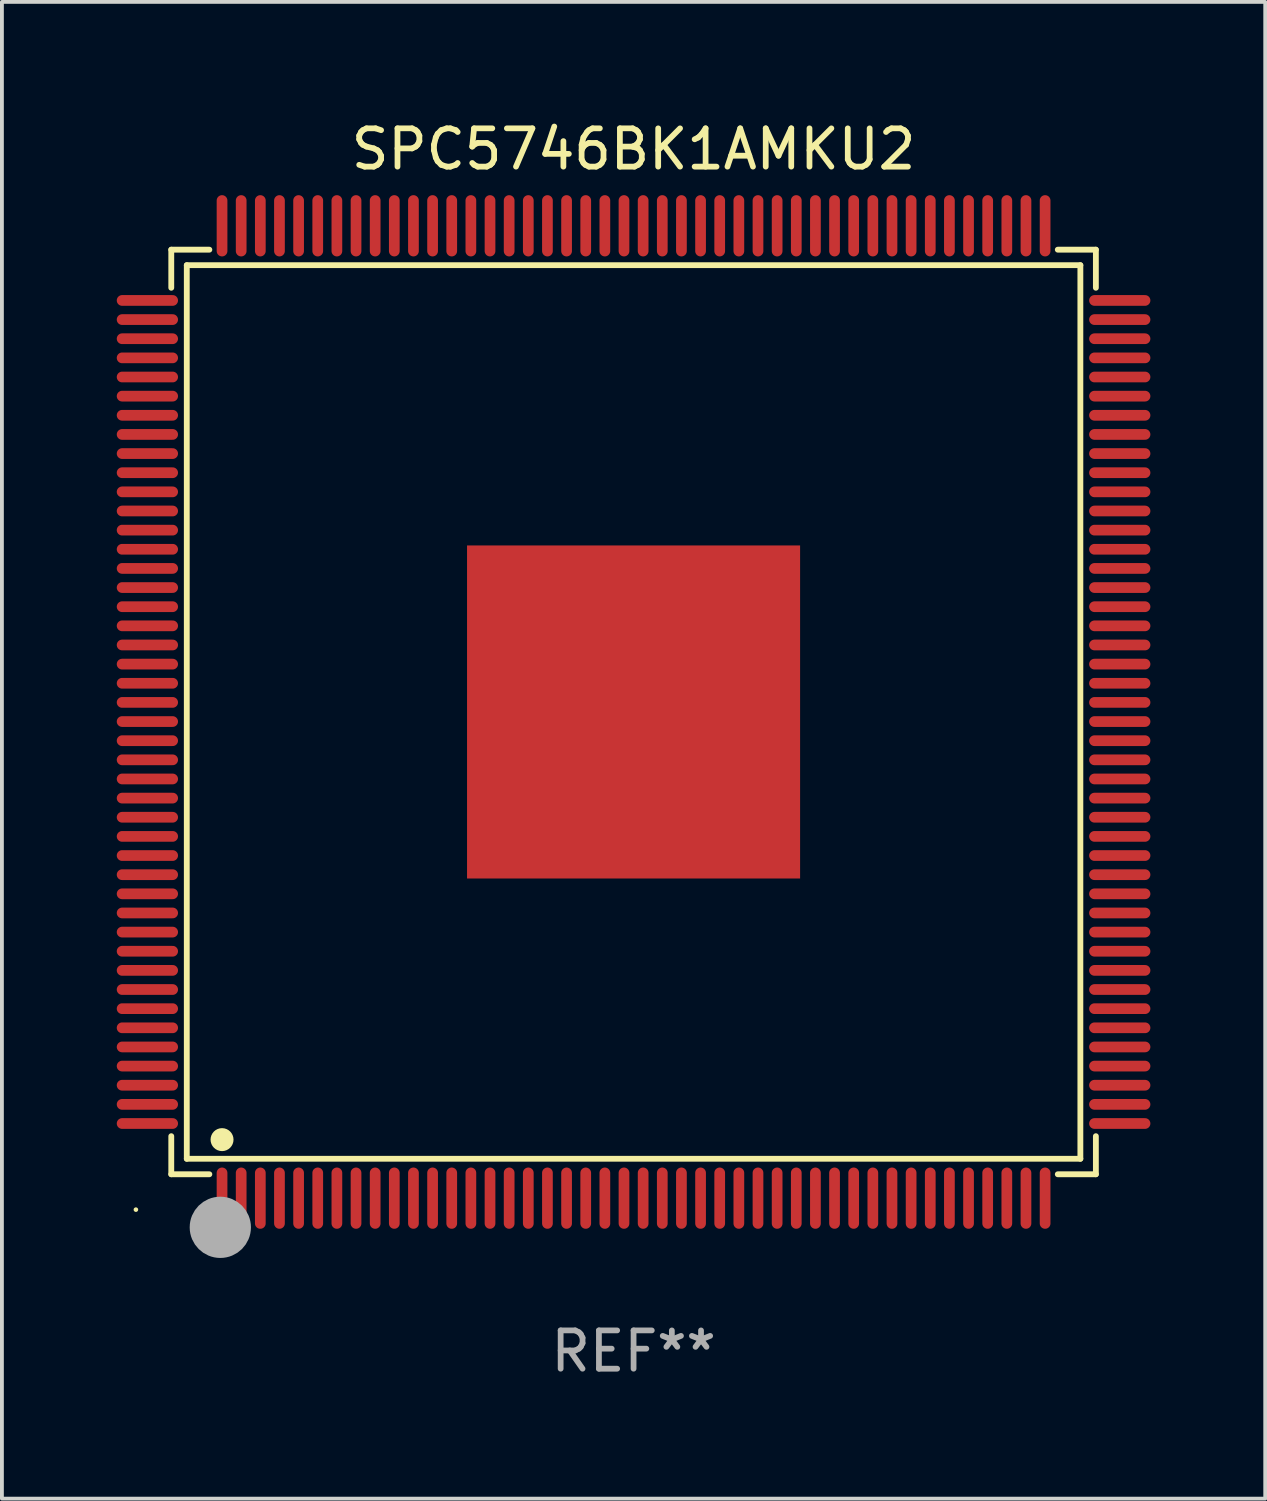
<source format=kicad_pcb>
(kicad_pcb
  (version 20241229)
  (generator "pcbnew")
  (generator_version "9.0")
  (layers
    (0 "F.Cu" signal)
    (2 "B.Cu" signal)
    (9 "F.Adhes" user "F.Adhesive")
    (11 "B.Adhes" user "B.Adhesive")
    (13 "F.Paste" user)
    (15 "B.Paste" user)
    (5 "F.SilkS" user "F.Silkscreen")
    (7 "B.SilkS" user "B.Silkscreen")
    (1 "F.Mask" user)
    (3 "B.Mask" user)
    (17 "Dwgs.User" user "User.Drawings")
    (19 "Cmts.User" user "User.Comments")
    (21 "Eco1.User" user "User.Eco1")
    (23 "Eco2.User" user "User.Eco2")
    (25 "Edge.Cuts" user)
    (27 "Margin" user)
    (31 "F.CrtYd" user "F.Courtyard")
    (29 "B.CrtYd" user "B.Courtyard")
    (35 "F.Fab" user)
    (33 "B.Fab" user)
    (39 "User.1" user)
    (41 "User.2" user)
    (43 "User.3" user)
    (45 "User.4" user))
  (footprint "SPC5746BK1AMKU2"
    (layer "F.Cu")
    (at 13.5 15.548)
    (property "Reference" "SPC5746BK1AMKU2" (at 0 -14.7 0) (layer "F.SilkS") (effects (font (size 1 1) (thickness 0.15))))
    (attr through_hole)
    (fp_line (start -12.076 -12.076) (end -11.081 -12.076) (stroke (width 0.152) (type solid)) (layer "F.SilkS"))
    (fp_line (start -12.076 -11.081) (end -12.076 -12.076) (stroke (width 0.152) (type solid)) (layer "F.SilkS"))
    (fp_line (start -12.076 11.081) (end -12.076 12.076) (stroke (width 0.152) (type solid)) (layer "F.SilkS"))
    (fp_line (start -12.076 12.076) (end -11.081 12.076) (stroke (width 0.152) (type solid)) (layer "F.SilkS"))
    (fp_line (start -11.671 -11.671) (end 11.671 -11.671) (stroke (width 0.152) (type solid)) (layer "F.SilkS"))
    (fp_line (start -11.671 11.671) (end -11.671 -11.671) (stroke (width 0.152) (type solid)) (layer "F.SilkS"))
    (fp_line (start 11.671 -11.671) (end 11.671 11.671) (stroke (width 0.152) (type solid)) (layer "F.SilkS"))
    (fp_line (start 11.671 11.671) (end -11.671 11.671) (stroke (width 0.152) (type solid)) (layer "F.SilkS"))
    (fp_line (start 12.076 -12.076) (end 11.081 -12.076) (stroke (width 0.152) (type solid)) (layer "F.SilkS"))
    (fp_line (start 12.076 -11.081) (end 12.076 -12.076) (stroke (width 0.152) (type solid)) (layer "F.SilkS"))
    (fp_line (start 12.076 11.081) (end 12.076 12.076) (stroke (width 0.152) (type solid)) (layer "F.SilkS"))
    (fp_line (start 12.076 12.076) (end 11.081 12.076) (stroke (width 0.152) (type solid)) (layer "F.SilkS"))
    (fp_circle (center -13 13) (end -12.97 13) (stroke (width 0.06) (type solid)) (fill no) (layer "F.SilkS"))
    (fp_circle (center -10.75 11.171) (end -10.6 11.171) (stroke (width 0.3) (type solid)) (fill no) (layer "F.SilkS"))
    (fp_circle (center -10.75 13.8) (end -10.65 13.8) (stroke (width 0.2) (type solid)) (fill no) (layer "F.SilkS"))
    (fp_circle (center -10.795 13.462) (end -10.395 13.462) (stroke (width 0.8) (type solid)) (fill no) (layer "F.Fab"))
    (fp_text user "REF**" (at 0 16.7 0) (layer "F.Fab") (effects (font (size 1 1) (thickness 0.15))))
    (pad "1" smd oval (at -10.75 12.7) (size 0.28 1.6) (layers "F.Cu" "F.Mask" "F.Paste"))
    (pad "2" smd oval (at -10.25 12.7) (size 0.28 1.6) (layers "F.Cu" "F.Mask" "F.Paste"))
    (pad "3" smd oval (at -9.75 12.7) (size 0.28 1.6) (layers "F.Cu" "F.Mask" "F.Paste"))
    (pad "4" smd oval (at -9.25 12.7) (size 0.28 1.6) (layers "F.Cu" "F.Mask" "F.Paste"))
    (pad "5" smd oval (at -8.75 12.7) (size 0.28 1.6) (layers "F.Cu" "F.Mask" "F.Paste"))
    (pad "6" smd oval (at -8.25 12.7) (size 0.28 1.6) (layers "F.Cu" "F.Mask" "F.Paste"))
    (pad "7" smd oval (at -7.75 12.7) (size 0.28 1.6) (layers "F.Cu" "F.Mask" "F.Paste"))
    (pad "8" smd oval (at -7.25 12.7) (size 0.28 1.6) (layers "F.Cu" "F.Mask" "F.Paste"))
    (pad "9" smd oval (at -6.75 12.7) (size 0.28 1.6) (layers "F.Cu" "F.Mask" "F.Paste"))
    (pad "10" smd oval (at -6.25 12.7) (size 0.28 1.6) (layers "F.Cu" "F.Mask" "F.Paste"))
    (pad "11" smd oval (at -5.75 12.7) (size 0.28 1.6) (layers "F.Cu" "F.Mask" "F.Paste"))
    (pad "12" smd oval (at -5.25 12.7) (size 0.28 1.6) (layers "F.Cu" "F.Mask" "F.Paste"))
    (pad "13" smd oval (at -4.75 12.7) (size 0.28 1.6) (layers "F.Cu" "F.Mask" "F.Paste"))
    (pad "14" smd oval (at -4.25 12.7) (size 0.28 1.6) (layers "F.Cu" "F.Mask" "F.Paste"))
    (pad "15" smd oval (at -3.75 12.7) (size 0.28 1.6) (layers "F.Cu" "F.Mask" "F.Paste"))
    (pad "16" smd oval (at -3.25 12.7) (size 0.28 1.6) (layers "F.Cu" "F.Mask" "F.Paste"))
    (pad "17" smd oval (at -2.75 12.7) (size 0.28 1.6) (layers "F.Cu" "F.Mask" "F.Paste"))
    (pad "18" smd oval (at -2.25 12.7) (size 0.28 1.6) (layers "F.Cu" "F.Mask" "F.Paste"))
    (pad "19" smd oval (at -1.75 12.7) (size 0.28 1.6) (layers "F.Cu" "F.Mask" "F.Paste"))
    (pad "20" smd oval (at -1.25 12.7) (size 0.28 1.6) (layers "F.Cu" "F.Mask" "F.Paste"))
    (pad "21" smd oval (at -0.75 12.7) (size 0.28 1.6) (layers "F.Cu" "F.Mask" "F.Paste"))
    (pad "22" smd oval (at -0.25 12.7) (size 0.28 1.6) (layers "F.Cu" "F.Mask" "F.Paste"))
    (pad "23" smd oval (at 0.25 12.7) (size 0.28 1.6) (layers "F.Cu" "F.Mask" "F.Paste"))
    (pad "24" smd oval (at 0.75 12.7) (size 0.28 1.6) (layers "F.Cu" "F.Mask" "F.Paste"))
    (pad "25" smd oval (at 1.25 12.7) (size 0.28 1.6) (layers "F.Cu" "F.Mask" "F.Paste"))
    (pad "26" smd oval (at 1.75 12.7) (size 0.28 1.6) (layers "F.Cu" "F.Mask" "F.Paste"))
    (pad "27" smd oval (at 2.25 12.7) (size 0.28 1.6) (layers "F.Cu" "F.Mask" "F.Paste"))
    (pad "28" smd oval (at 2.75 12.7) (size 0.28 1.6) (layers "F.Cu" "F.Mask" "F.Paste"))
    (pad "29" smd oval (at 3.25 12.7) (size 0.28 1.6) (layers "F.Cu" "F.Mask" "F.Paste"))
    (pad "30" smd oval (at 3.75 12.7) (size 0.28 1.6) (layers "F.Cu" "F.Mask" "F.Paste"))
    (pad "31" smd oval (at 4.25 12.7) (size 0.28 1.6) (layers "F.Cu" "F.Mask" "F.Paste"))
    (pad "32" smd oval (at 4.75 12.7) (size 0.28 1.6) (layers "F.Cu" "F.Mask" "F.Paste"))
    (pad "33" smd oval (at 5.25 12.7) (size 0.28 1.6) (layers "F.Cu" "F.Mask" "F.Paste"))
    (pad "34" smd oval (at 5.75 12.7) (size 0.28 1.6) (layers "F.Cu" "F.Mask" "F.Paste"))
    (pad "35" smd oval (at 6.25 12.7) (size 0.28 1.6) (layers "F.Cu" "F.Mask" "F.Paste"))
    (pad "36" smd oval (at 6.75 12.7) (size 0.28 1.6) (layers "F.Cu" "F.Mask" "F.Paste"))
    (pad "37" smd oval (at 7.25 12.7) (size 0.28 1.6) (layers "F.Cu" "F.Mask" "F.Paste"))
    (pad "38" smd oval (at 7.75 12.7) (size 0.28 1.6) (layers "F.Cu" "F.Mask" "F.Paste"))
    (pad "39" smd oval (at 8.25 12.7) (size 0.28 1.6) (layers "F.Cu" "F.Mask" "F.Paste"))
    (pad "40" smd oval (at 8.75 12.7) (size 0.28 1.6) (layers "F.Cu" "F.Mask" "F.Paste"))
    (pad "41" smd oval (at 9.25 12.7) (size 0.28 1.6) (layers "F.Cu" "F.Mask" "F.Paste"))
    (pad "42" smd oval (at 9.75 12.7) (size 0.28 1.6) (layers "F.Cu" "F.Mask" "F.Paste"))
    (pad "43" smd oval (at 10.25 12.7) (size 0.28 1.6) (layers "F.Cu" "F.Mask" "F.Paste"))
    (pad "44" smd oval (at 10.75 12.7) (size 0.28 1.6) (layers "F.Cu" "F.Mask" "F.Paste"))
    (pad "45" smd oval (at 12.7 10.75) (size 1.6 0.28) (layers "F.Cu" "F.Mask" "F.Paste"))
    (pad "46" smd oval (at 12.7 10.25) (size 1.6 0.28) (layers "F.Cu" "F.Mask" "F.Paste"))
    (pad "47" smd oval (at 12.7 9.75) (size 1.6 0.28) (layers "F.Cu" "F.Mask" "F.Paste"))
    (pad "48" smd oval (at 12.7 9.25) (size 1.6 0.28) (layers "F.Cu" "F.Mask" "F.Paste"))
    (pad "49" smd oval (at 12.7 8.75) (size 1.6 0.28) (layers "F.Cu" "F.Mask" "F.Paste"))
    (pad "50" smd oval (at 12.7 8.25) (size 1.6 0.28) (layers "F.Cu" "F.Mask" "F.Paste"))
    (pad "51" smd oval (at 12.7 7.75) (size 1.6 0.28) (layers "F.Cu" "F.Mask" "F.Paste"))
    (pad "52" smd oval (at 12.7 7.25) (size 1.6 0.28) (layers "F.Cu" "F.Mask" "F.Paste"))
    (pad "53" smd oval (at 12.7 6.75) (size 1.6 0.28) (layers "F.Cu" "F.Mask" "F.Paste"))
    (pad "54" smd oval (at 12.7 6.25) (size 1.6 0.28) (layers "F.Cu" "F.Mask" "F.Paste"))
    (pad "55" smd oval (at 12.7 5.75) (size 1.6 0.28) (layers "F.Cu" "F.Mask" "F.Paste"))
    (pad "56" smd oval (at 12.7 5.25) (size 1.6 0.28) (layers "F.Cu" "F.Mask" "F.Paste"))
    (pad "57" smd oval (at 12.7 4.75) (size 1.6 0.28) (layers "F.Cu" "F.Mask" "F.Paste"))
    (pad "58" smd oval (at 12.7 4.25) (size 1.6 0.28) (layers "F.Cu" "F.Mask" "F.Paste"))
    (pad "59" smd oval (at 12.7 3.75) (size 1.6 0.28) (layers "F.Cu" "F.Mask" "F.Paste"))
    (pad "60" smd oval (at 12.7 3.25) (size 1.6 0.28) (layers "F.Cu" "F.Mask" "F.Paste"))
    (pad "61" smd oval (at 12.7 2.75) (size 1.6 0.28) (layers "F.Cu" "F.Mask" "F.Paste"))
    (pad "62" smd oval (at 12.7 2.25) (size 1.6 0.28) (layers "F.Cu" "F.Mask" "F.Paste"))
    (pad "63" smd oval (at 12.7 1.75) (size 1.6 0.28) (layers "F.Cu" "F.Mask" "F.Paste"))
    (pad "64" smd oval (at 12.7 1.25) (size 1.6 0.28) (layers "F.Cu" "F.Mask" "F.Paste"))
    (pad "65" smd oval (at 12.7 0.75) (size 1.6 0.28) (layers "F.Cu" "F.Mask" "F.Paste"))
    (pad "66" smd oval (at 12.7 0.25) (size 1.6 0.28) (layers "F.Cu" "F.Mask" "F.Paste"))
    (pad "67" smd oval (at 12.7 -0.25) (size 1.6 0.28) (layers "F.Cu" "F.Mask" "F.Paste"))
    (pad "68" smd oval (at 12.7 -0.75) (size 1.6 0.28) (layers "F.Cu" "F.Mask" "F.Paste"))
    (pad "69" smd oval (at 12.7 -1.25) (size 1.6 0.28) (layers "F.Cu" "F.Mask" "F.Paste"))
    (pad "70" smd oval (at 12.7 -1.75) (size 1.6 0.28) (layers "F.Cu" "F.Mask" "F.Paste"))
    (pad "71" smd oval (at 12.7 -2.25) (size 1.6 0.28) (layers "F.Cu" "F.Mask" "F.Paste"))
    (pad "72" smd oval (at 12.7 -2.75) (size 1.6 0.28) (layers "F.Cu" "F.Mask" "F.Paste"))
    (pad "73" smd oval (at 12.7 -3.25) (size 1.6 0.28) (layers "F.Cu" "F.Mask" "F.Paste"))
    (pad "74" smd oval (at 12.7 -3.75) (size 1.6 0.28) (layers "F.Cu" "F.Mask" "F.Paste"))
    (pad "75" smd oval (at 12.7 -4.25) (size 1.6 0.28) (layers "F.Cu" "F.Mask" "F.Paste"))
    (pad "76" smd oval (at 12.7 -4.75) (size 1.6 0.28) (layers "F.Cu" "F.Mask" "F.Paste"))
    (pad "77" smd oval (at 12.7 -5.25) (size 1.6 0.28) (layers "F.Cu" "F.Mask" "F.Paste"))
    (pad "78" smd oval (at 12.7 -5.75) (size 1.6 0.28) (layers "F.Cu" "F.Mask" "F.Paste"))
    (pad "79" smd oval (at 12.7 -6.25) (size 1.6 0.28) (layers "F.Cu" "F.Mask" "F.Paste"))
    (pad "80" smd oval (at 12.7 -6.75) (size 1.6 0.28) (layers "F.Cu" "F.Mask" "F.Paste"))
    (pad "81" smd oval (at 12.7 -7.25) (size 1.6 0.28) (layers "F.Cu" "F.Mask" "F.Paste"))
    (pad "82" smd oval (at 12.7 -7.75) (size 1.6 0.28) (layers "F.Cu" "F.Mask" "F.Paste"))
    (pad "83" smd oval (at 12.7 -8.25) (size 1.6 0.28) (layers "F.Cu" "F.Mask" "F.Paste"))
    (pad "84" smd oval (at 12.7 -8.75) (size 1.6 0.28) (layers "F.Cu" "F.Mask" "F.Paste"))
    (pad "85" smd oval (at 12.7 -9.25) (size 1.6 0.28) (layers "F.Cu" "F.Mask" "F.Paste"))
    (pad "86" smd oval (at 12.7 -9.75) (size 1.6 0.28) (layers "F.Cu" "F.Mask" "F.Paste"))
    (pad "87" smd oval (at 12.7 -10.25) (size 1.6 0.28) (layers "F.Cu" "F.Mask" "F.Paste"))
    (pad "88" smd oval (at 12.7 -10.75) (size 1.6 0.28) (layers "F.Cu" "F.Mask" "F.Paste"))
    (pad "89" smd oval (at 10.75 -12.7) (size 0.28 1.6) (layers "F.Cu" "F.Mask" "F.Paste"))
    (pad "90" smd oval (at 10.25 -12.7) (size 0.28 1.6) (layers "F.Cu" "F.Mask" "F.Paste"))
    (pad "91" smd oval (at 9.75 -12.7) (size 0.28 1.6) (layers "F.Cu" "F.Mask" "F.Paste"))
    (pad "92" smd oval (at 9.25 -12.7) (size 0.28 1.6) (layers "F.Cu" "F.Mask" "F.Paste"))
    (pad "93" smd oval (at 8.75 -12.7) (size 0.28 1.6) (layers "F.Cu" "F.Mask" "F.Paste"))
    (pad "94" smd oval (at 8.25 -12.7) (size 0.28 1.6) (layers "F.Cu" "F.Mask" "F.Paste"))
    (pad "95" smd oval (at 7.75 -12.7) (size 0.28 1.6) (layers "F.Cu" "F.Mask" "F.Paste"))
    (pad "96" smd oval (at 7.25 -12.7) (size 0.28 1.6) (layers "F.Cu" "F.Mask" "F.Paste"))
    (pad "97" smd oval (at 6.75 -12.7) (size 0.28 1.6) (layers "F.Cu" "F.Mask" "F.Paste"))
    (pad "98" smd oval (at 6.25 -12.7) (size 0.28 1.6) (layers "F.Cu" "F.Mask" "F.Paste"))
    (pad "99" smd oval (at 5.75 -12.7) (size 0.28 1.6) (layers "F.Cu" "F.Mask" "F.Paste"))
    (pad "100" smd oval (at 5.25 -12.7) (size 0.28 1.6) (layers "F.Cu" "F.Mask" "F.Paste"))
    (pad "101" smd oval (at 4.75 -12.7) (size 0.28 1.6) (layers "F.Cu" "F.Mask" "F.Paste"))
    (pad "102" smd oval (at 4.25 -12.7) (size 0.28 1.6) (layers "F.Cu" "F.Mask" "F.Paste"))
    (pad "103" smd oval (at 3.75 -12.7) (size 0.28 1.6) (layers "F.Cu" "F.Mask" "F.Paste"))
    (pad "104" smd oval (at 3.25 -12.7) (size 0.28 1.6) (layers "F.Cu" "F.Mask" "F.Paste"))
    (pad "105" smd oval (at 2.75 -12.7) (size 0.28 1.6) (layers "F.Cu" "F.Mask" "F.Paste"))
    (pad "106" smd oval (at 2.25 -12.7) (size 0.28 1.6) (layers "F.Cu" "F.Mask" "F.Paste"))
    (pad "107" smd oval (at 1.75 -12.7) (size 0.28 1.6) (layers "F.Cu" "F.Mask" "F.Paste"))
    (pad "108" smd oval (at 1.25 -12.7) (size 0.28 1.6) (layers "F.Cu" "F.Mask" "F.Paste"))
    (pad "109" smd oval (at 0.75 -12.7) (size 0.28 1.6) (layers "F.Cu" "F.Mask" "F.Paste"))
    (pad "110" smd oval (at 0.25 -12.7) (size 0.28 1.6) (layers "F.Cu" "F.Mask" "F.Paste"))
    (pad "111" smd oval (at -0.25 -12.7) (size 0.28 1.6) (layers "F.Cu" "F.Mask" "F.Paste"))
    (pad "112" smd oval (at -0.75 -12.7) (size 0.28 1.6) (layers "F.Cu" "F.Mask" "F.Paste"))
    (pad "113" smd oval (at -1.25 -12.7) (size 0.28 1.6) (layers "F.Cu" "F.Mask" "F.Paste"))
    (pad "114" smd oval (at -1.75 -12.7) (size 0.28 1.6) (layers "F.Cu" "F.Mask" "F.Paste"))
    (pad "115" smd oval (at -2.25 -12.7) (size 0.28 1.6) (layers "F.Cu" "F.Mask" "F.Paste"))
    (pad "116" smd oval (at -2.75 -12.7) (size 0.28 1.6) (layers "F.Cu" "F.Mask" "F.Paste"))
    (pad "117" smd oval (at -3.25 -12.7) (size 0.28 1.6) (layers "F.Cu" "F.Mask" "F.Paste"))
    (pad "118" smd oval (at -3.75 -12.7) (size 0.28 1.6) (layers "F.Cu" "F.Mask" "F.Paste"))
    (pad "119" smd oval (at -4.25 -12.7) (size 0.28 1.6) (layers "F.Cu" "F.Mask" "F.Paste"))
    (pad "120" smd oval (at -4.75 -12.7) (size 0.28 1.6) (layers "F.Cu" "F.Mask" "F.Paste"))
    (pad "121" smd oval (at -5.25 -12.7) (size 0.28 1.6) (layers "F.Cu" "F.Mask" "F.Paste"))
    (pad "122" smd oval (at -5.75 -12.7) (size 0.28 1.6) (layers "F.Cu" "F.Mask" "F.Paste"))
    (pad "123" smd oval (at -6.25 -12.7) (size 0.28 1.6) (layers "F.Cu" "F.Mask" "F.Paste"))
    (pad "124" smd oval (at -6.75 -12.7) (size 0.28 1.6) (layers "F.Cu" "F.Mask" "F.Paste"))
    (pad "125" smd oval (at -7.25 -12.7) (size 0.28 1.6) (layers "F.Cu" "F.Mask" "F.Paste"))
    (pad "126" smd oval (at -7.75 -12.7) (size 0.28 1.6) (layers "F.Cu" "F.Mask" "F.Paste"))
    (pad "127" smd oval (at -8.25 -12.7) (size 0.28 1.6) (layers "F.Cu" "F.Mask" "F.Paste"))
    (pad "128" smd oval (at -8.75 -12.7) (size 0.28 1.6) (layers "F.Cu" "F.Mask" "F.Paste"))
    (pad "129" smd oval (at -9.25 -12.7) (size 0.28 1.6) (layers "F.Cu" "F.Mask" "F.Paste"))
    (pad "130" smd oval (at -9.75 -12.7) (size 0.28 1.6) (layers "F.Cu" "F.Mask" "F.Paste"))
    (pad "131" smd oval (at -10.25 -12.7) (size 0.28 1.6) (layers "F.Cu" "F.Mask" "F.Paste"))
    (pad "132" smd oval (at -10.75 -12.7) (size 0.28 1.6) (layers "F.Cu" "F.Mask" "F.Paste"))
    (pad "133" smd oval (at -12.7 -10.75) (size 1.6 0.28) (layers "F.Cu" "F.Mask" "F.Paste"))
    (pad "134" smd oval (at -12.7 -10.25) (size 1.6 0.28) (layers "F.Cu" "F.Mask" "F.Paste"))
    (pad "135" smd oval (at -12.7 -9.75) (size 1.6 0.28) (layers "F.Cu" "F.Mask" "F.Paste"))
    (pad "136" smd oval (at -12.7 -9.25) (size 1.6 0.28) (layers "F.Cu" "F.Mask" "F.Paste"))
    (pad "137" smd oval (at -12.7 -8.75) (size 1.6 0.28) (layers "F.Cu" "F.Mask" "F.Paste"))
    (pad "138" smd oval (at -12.7 -8.25) (size 1.6 0.28) (layers "F.Cu" "F.Mask" "F.Paste"))
    (pad "139" smd oval (at -12.7 -7.75) (size 1.6 0.28) (layers "F.Cu" "F.Mask" "F.Paste"))
    (pad "140" smd oval (at -12.7 -7.25) (size 1.6 0.28) (layers "F.Cu" "F.Mask" "F.Paste"))
    (pad "141" smd oval (at -12.7 -6.75) (size 1.6 0.28) (layers "F.Cu" "F.Mask" "F.Paste"))
    (pad "142" smd oval (at -12.7 -6.25) (size 1.6 0.28) (layers "F.Cu" "F.Mask" "F.Paste"))
    (pad "143" smd oval (at -12.7 -5.75) (size 1.6 0.28) (layers "F.Cu" "F.Mask" "F.Paste"))
    (pad "144" smd oval (at -12.7 -5.25) (size 1.6 0.28) (layers "F.Cu" "F.Mask" "F.Paste"))
    (pad "145" smd oval (at -12.7 -4.75) (size 1.6 0.28) (layers "F.Cu" "F.Mask" "F.Paste"))
    (pad "146" smd oval (at -12.7 -4.25) (size 1.6 0.28) (layers "F.Cu" "F.Mask" "F.Paste"))
    (pad "147" smd oval (at -12.7 -3.75) (size 1.6 0.28) (layers "F.Cu" "F.Mask" "F.Paste"))
    (pad "148" smd oval (at -12.7 -3.25) (size 1.6 0.28) (layers "F.Cu" "F.Mask" "F.Paste"))
    (pad "149" smd oval (at -12.7 -2.75) (size 1.6 0.28) (layers "F.Cu" "F.Mask" "F.Paste"))
    (pad "150" smd oval (at -12.7 -2.25) (size 1.6 0.28) (layers "F.Cu" "F.Mask" "F.Paste"))
    (pad "151" smd oval (at -12.7 -1.75) (size 1.6 0.28) (layers "F.Cu" "F.Mask" "F.Paste"))
    (pad "152" smd oval (at -12.7 -1.25) (size 1.6 0.28) (layers "F.Cu" "F.Mask" "F.Paste"))
    (pad "153" smd oval (at -12.7 -0.75) (size 1.6 0.28) (layers "F.Cu" "F.Mask" "F.Paste"))
    (pad "154" smd oval (at -12.7 -0.25) (size 1.6 0.28) (layers "F.Cu" "F.Mask" "F.Paste"))
    (pad "155" smd oval (at -12.7 0.25) (size 1.6 0.28) (layers "F.Cu" "F.Mask" "F.Paste"))
    (pad "156" smd oval (at -12.7 0.75) (size 1.6 0.28) (layers "F.Cu" "F.Mask" "F.Paste"))
    (pad "157" smd oval (at -12.7 1.25) (size 1.6 0.28) (layers "F.Cu" "F.Mask" "F.Paste"))
    (pad "158" smd oval (at -12.7 1.75) (size 1.6 0.28) (layers "F.Cu" "F.Mask" "F.Paste"))
    (pad "159" smd oval (at -12.7 2.25) (size 1.6 0.28) (layers "F.Cu" "F.Mask" "F.Paste"))
    (pad "160" smd oval (at -12.7 2.75) (size 1.6 0.28) (layers "F.Cu" "F.Mask" "F.Paste"))
    (pad "161" smd oval (at -12.7 3.25) (size 1.6 0.28) (layers "F.Cu" "F.Mask" "F.Paste"))
    (pad "162" smd oval (at -12.7 3.75) (size 1.6 0.28) (layers "F.Cu" "F.Mask" "F.Paste"))
    (pad "163" smd oval (at -12.7 4.25) (size 1.6 0.28) (layers "F.Cu" "F.Mask" "F.Paste"))
    (pad "164" smd oval (at -12.7 4.75) (size 1.6 0.28) (layers "F.Cu" "F.Mask" "F.Paste"))
    (pad "165" smd oval (at -12.7 5.25) (size 1.6 0.28) (layers "F.Cu" "F.Mask" "F.Paste"))
    (pad "166" smd oval (at -12.7 5.75) (size 1.6 0.28) (layers "F.Cu" "F.Mask" "F.Paste"))
    (pad "167" smd oval (at -12.7 6.25) (size 1.6 0.28) (layers "F.Cu" "F.Mask" "F.Paste"))
    (pad "168" smd oval (at -12.7 6.75) (size 1.6 0.28) (layers "F.Cu" "F.Mask" "F.Paste"))
    (pad "169" smd oval (at -12.7 7.25) (size 1.6 0.28) (layers "F.Cu" "F.Mask" "F.Paste"))
    (pad "170" smd oval (at -12.7 7.75) (size 1.6 0.28) (layers "F.Cu" "F.Mask" "F.Paste"))
    (pad "171" smd oval (at -12.7 8.25) (size 1.6 0.28) (layers "F.Cu" "F.Mask" "F.Paste"))
    (pad "172" smd oval (at -12.7 8.75) (size 1.6 0.28) (layers "F.Cu" "F.Mask" "F.Paste"))
    (pad "173" smd oval (at -12.7 9.25) (size 1.6 0.28) (layers "F.Cu" "F.Mask" "F.Paste"))
    (pad "174" smd oval (at -12.7 9.75) (size 1.6 0.28) (layers "F.Cu" "F.Mask" "F.Paste"))
    (pad "175" smd oval (at -12.7 10.25) (size 1.6 0.28) (layers "F.Cu" "F.Mask" "F.Paste"))
    (pad "176" smd oval (at -12.7 10.75) (size 1.6 0.28) (layers "F.Cu" "F.Mask" "F.Paste"))
    (pad "177" smd rect (at 0 0) (size 8.7 8.7) (layers "F.Cu" "F.Mask" "F.Paste")))
  (gr_rect
    (start -3 -3)
    (end 30 36.097)
    (stroke (width 0.1) (type default))
    (fill no)
    (layer "Edge.Cuts")))
</source>
